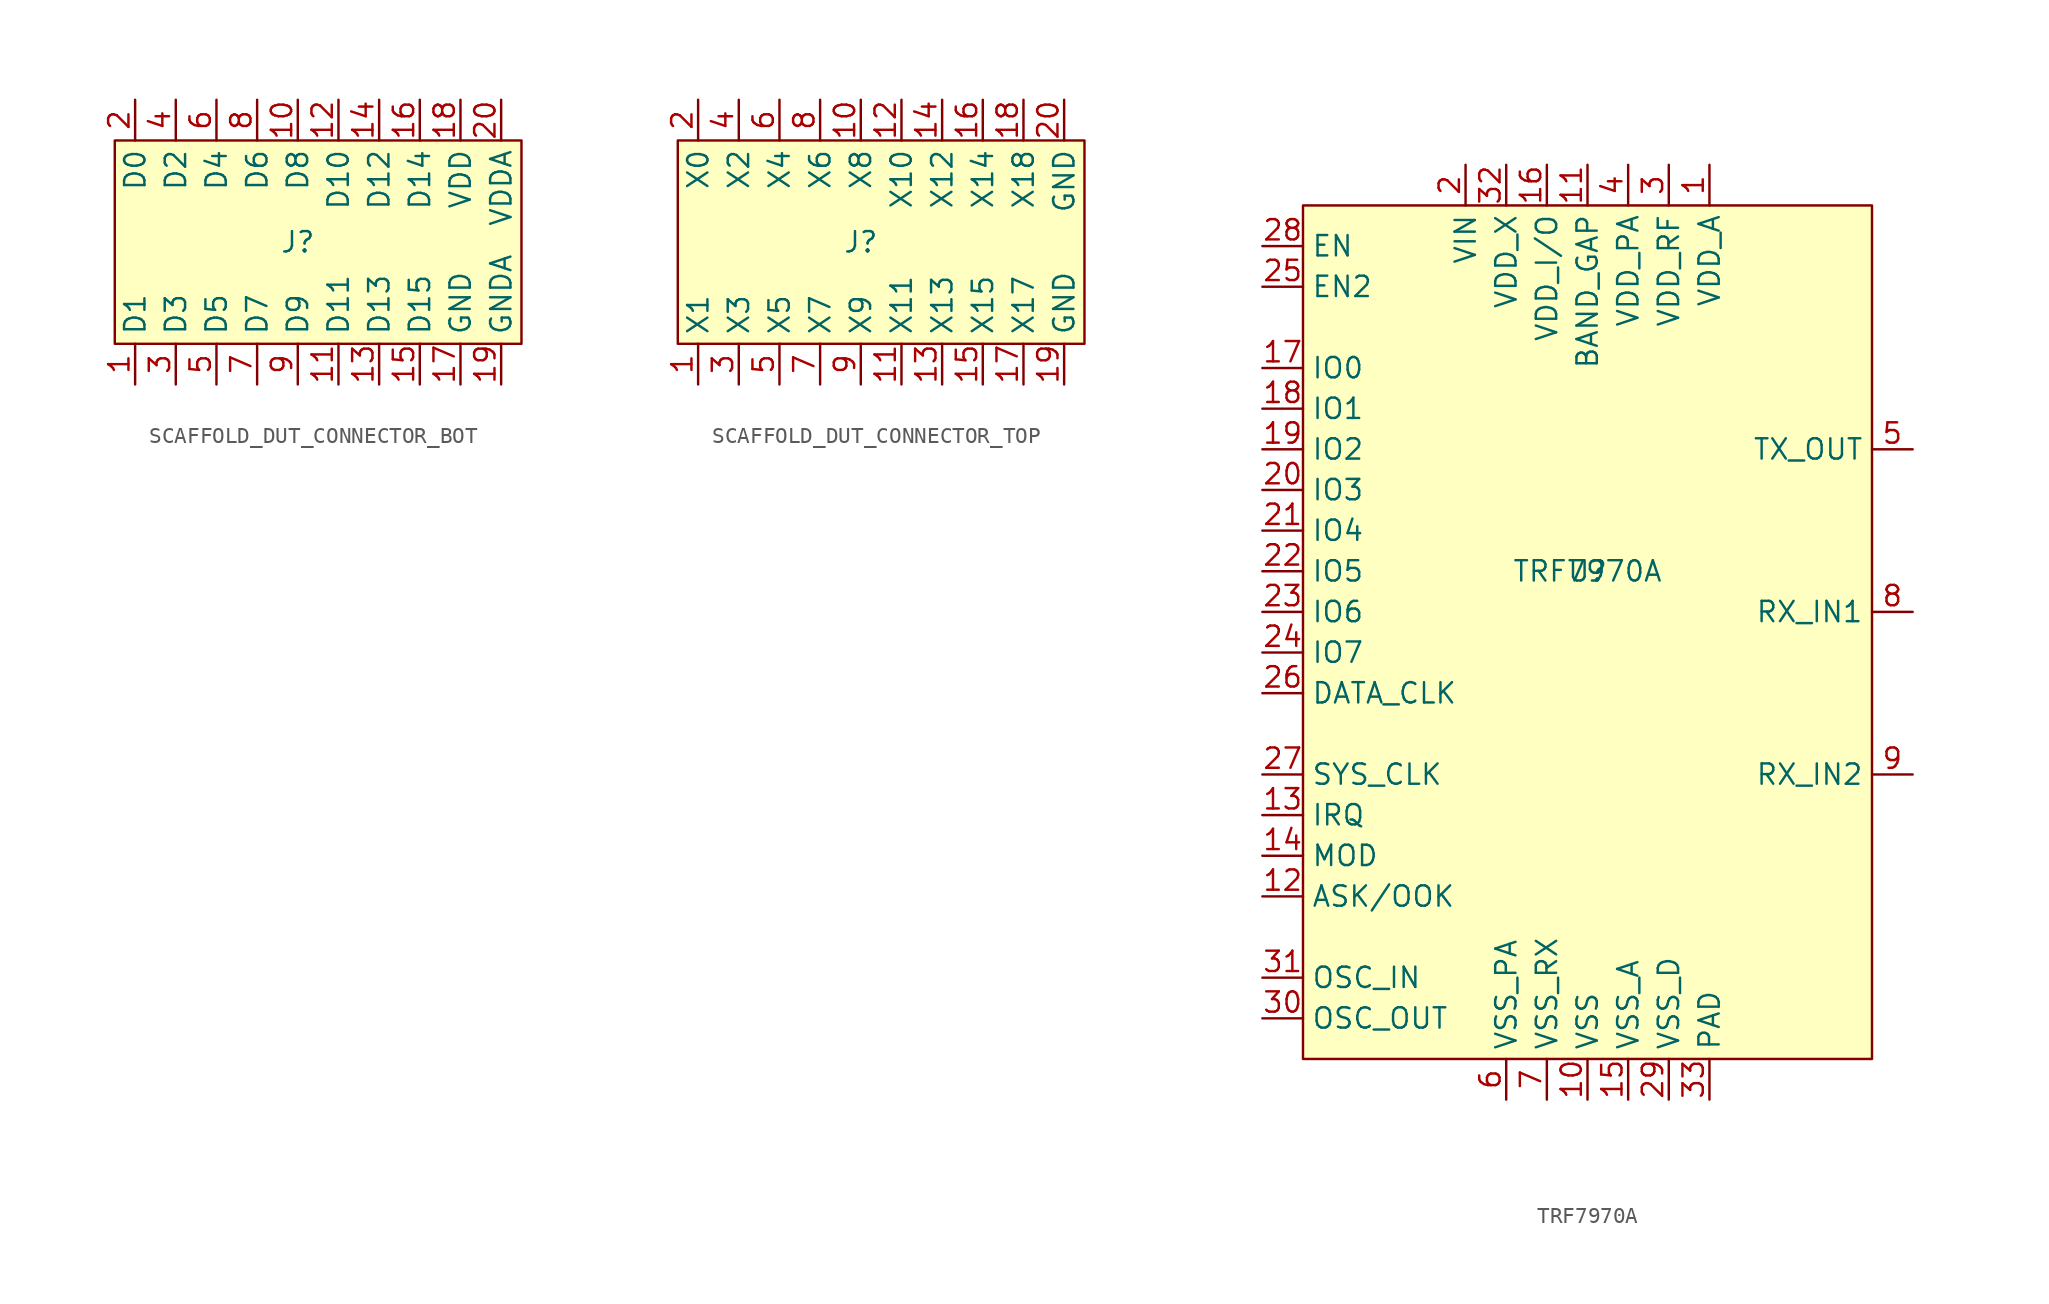
<source format=kicad_sym>
(kicad_symbol_lib
  (version 20241209)
  (generator "kicad_symbol_editor")
  (generator_version "9.99")
  (symbol "SCAFFOLD_DUT_CONNECTOR_BOT"
    (property "Reference" "J"
      (at 0 0 0)
      (effects (font (size 1.27 1.27))))
    (property "Value" ""
      (at 0 0 0)
      (effects (font (size 1.27 1.27))))
    (symbol "SCAFFOLD_DUT_CONNECTOR_BOT_1_1"
      (rectangle (start -11.43 6.35) (end 13.97 -6.35) (stroke (width 0) (type solid)) (fill (type background)))
      (pin bidirectional line (at -10.16 8.89 270) (length 2.54) (name "D0" (effects (font (size 1.27 1.27)))) (number "2" (effects (font (size 1.27 1.27)))))
      (pin bidirectional line (at -10.16 -8.89 90) (length 2.54) (name "D1" (effects (font (size 1.27 1.27)))) (number "1" (effects (font (size 1.27 1.27)))))
      (pin bidirectional line (at -7.62 8.89 270) (length 2.54) (name "D2" (effects (font (size 1.27 1.27)))) (number "4" (effects (font (size 1.27 1.27)))))
      (pin bidirectional line (at -7.62 -8.89 90) (length 2.54) (name "D3" (effects (font (size 1.27 1.27)))) (number "3" (effects (font (size 1.27 1.27)))))
      (pin bidirectional line (at -5.08 8.89 270) (length 2.54) (name "D4" (effects (font (size 1.27 1.27)))) (number "6" (effects (font (size 1.27 1.27)))))
      (pin bidirectional line (at -5.08 -8.89 90) (length 2.54) (name "D5" (effects (font (size 1.27 1.27)))) (number "5" (effects (font (size 1.27 1.27)))))
      (pin bidirectional line (at -2.54 8.89 270) (length 2.54) (name "D6" (effects (font (size 1.27 1.27)))) (number "8" (effects (font (size 1.27 1.27)))))
      (pin bidirectional line (at -2.54 -8.89 90) (length 2.54) (name "D7" (effects (font (size 1.27 1.27)))) (number "7" (effects (font (size 1.27 1.27)))))
      (pin bidirectional line (at 0 8.89 270) (length 2.54) (name "D8" (effects (font (size 1.27 1.27)))) (number "10" (effects (font (size 1.27 1.27)))))
      (pin bidirectional line (at 0 -8.89 90) (length 2.54) (name "D9" (effects (font (size 1.27 1.27)))) (number "9" (effects (font (size 1.27 1.27)))))
      (pin bidirectional line (at 2.54 8.89 270) (length 2.54) (name "D10" (effects (font (size 1.27 1.27)))) (number "12" (effects (font (size 1.27 1.27)))))
      (pin bidirectional line (at 2.54 -8.89 90) (length 2.54) (name "D11" (effects (font (size 1.27 1.27)))) (number "11" (effects (font (size 1.27 1.27)))))
      (pin bidirectional line (at 5.08 8.89 270) (length 2.54) (name "D12" (effects (font (size 1.27 1.27)))) (number "14" (effects (font (size 1.27 1.27)))))
      (pin bidirectional line (at 5.08 -8.89 90) (length 2.54) (name "D13" (effects (font (size 1.27 1.27)))) (number "13" (effects (font (size 1.27 1.27)))))
      (pin bidirectional line (at 7.62 8.89 270) (length 2.54) (name "D14" (effects (font (size 1.27 1.27)))) (number "16" (effects (font (size 1.27 1.27)))))
      (pin bidirectional line (at 7.62 -8.89 90) (length 2.54) (name "D15" (effects (font (size 1.27 1.27)))) (number "15" (effects (font (size 1.27 1.27)))))
      (pin power_out line (at 10.16 8.89 270) (length 2.54) (name "VDD" (effects (font (size 1.27 1.27)))) (number "18" (effects (font (size 1.27 1.27)))))
      (pin power_out line (at 10.16 -8.89 90) (length 2.54) (name "GND" (effects (font (size 1.27 1.27)))) (number "17" (effects (font (size 1.27 1.27)))))
      (pin power_out line (at 12.7 8.89 270) (length 2.54) (name "VDDA" (effects (font (size 1.27 1.27)))) (number "20" (effects (font (size 1.27 1.27)))))
      (pin power_out line (at 12.7 -8.89 90) (length 2.54) (name "GNDA" (effects (font (size 1.27 1.27)))) (number "19" (effects (font (size 1.27 1.27)))))))
  (symbol "SCAFFOLD_DUT_CONNECTOR_TOP"
    (property "Reference" "J"
      (at 0 0 0)
      (effects (font (size 1.27 1.27))))
    (property "Value" ""
      (at 0 0 0)
      (effects (font (size 1.27 1.27))))
    (symbol "SCAFFOLD_DUT_CONNECTOR_TOP_1_1"
      (rectangle (start -11.43 6.35) (end 13.97 -6.35) (stroke (width 0) (type solid)) (fill (type background)))
      (pin passive line (at -10.16 8.89 270) (length 2.54) (name "X0" (effects (font (size 1.27 1.27)))) (number "2" (effects (font (size 1.27 1.27)))))
      (pin passive line (at -10.16 -8.89 90) (length 2.54) (name "X1" (effects (font (size 1.27 1.27)))) (number "1" (effects (font (size 1.27 1.27)))))
      (pin passive line (at -7.62 8.89 270) (length 2.54) (name "X2" (effects (font (size 1.27 1.27)))) (number "4" (effects (font (size 1.27 1.27)))))
      (pin passive line (at -7.62 -8.89 90) (length 2.54) (name "X3" (effects (font (size 1.27 1.27)))) (number "3" (effects (font (size 1.27 1.27)))))
      (pin passive line (at -5.08 8.89 270) (length 2.54) (name "X4" (effects (font (size 1.27 1.27)))) (number "6" (effects (font (size 1.27 1.27)))))
      (pin passive line (at -5.08 -8.89 90) (length 2.54) (name "X5" (effects (font (size 1.27 1.27)))) (number "5" (effects (font (size 1.27 1.27)))))
      (pin passive line (at -2.54 8.89 270) (length 2.54) (name "X6" (effects (font (size 1.27 1.27)))) (number "8" (effects (font (size 1.27 1.27)))))
      (pin passive line (at -2.54 -8.89 90) (length 2.54) (name "X7" (effects (font (size 1.27 1.27)))) (number "7" (effects (font (size 1.27 1.27)))))
      (pin passive line (at 0 8.89 270) (length 2.54) (name "X8" (effects (font (size 1.27 1.27)))) (number "10" (effects (font (size 1.27 1.27)))))
      (pin passive line (at 0 -8.89 90) (length 2.54) (name "X9" (effects (font (size 1.27 1.27)))) (number "9" (effects (font (size 1.27 1.27)))))
      (pin passive line (at 2.54 8.89 270) (length 2.54) (name "X10" (effects (font (size 1.27 1.27)))) (number "12" (effects (font (size 1.27 1.27)))))
      (pin passive line (at 2.54 -8.89 90) (length 2.54) (name "X11" (effects (font (size 1.27 1.27)))) (number "11" (effects (font (size 1.27 1.27)))))
      (pin passive line (at 5.08 8.89 270) (length 2.54) (name "X12" (effects (font (size 1.27 1.27)))) (number "14" (effects (font (size 1.27 1.27)))))
      (pin passive line (at 5.08 -8.89 90) (length 2.54) (name "X13" (effects (font (size 1.27 1.27)))) (number "13" (effects (font (size 1.27 1.27)))))
      (pin passive line (at 7.62 8.89 270) (length 2.54) (name "X14" (effects (font (size 1.27 1.27)))) (number "16" (effects (font (size 1.27 1.27)))))
      (pin passive line (at 7.62 -8.89 90) (length 2.54) (name "X15" (effects (font (size 1.27 1.27)))) (number "15" (effects (font (size 1.27 1.27)))))
      (pin passive line (at 10.16 8.89 270) (length 2.54) (name "X18" (effects (font (size 1.27 1.27)))) (number "18" (effects (font (size 1.27 1.27)))))
      (pin passive line (at 10.16 -8.89 90) (length 2.54) (name "X17" (effects (font (size 1.27 1.27)))) (number "17" (effects (font (size 1.27 1.27)))))
      (pin power_out line (at 12.7 8.89 270) (length 2.54) (name "GND" (effects (font (size 1.27 1.27)))) (number "20" (effects (font (size 1.27 1.27)))))
      (pin power_out line (at 12.7 -8.89 90) (length 2.54) (name "GND" (effects (font (size 1.27 1.27)))) (number "19" (effects (font (size 1.27 1.27)))))))
  (symbol "TRF7970A"
    (property "Reference" "U"
      (at 0 2.54 0)
      (effects (font (size 1.27 1.27))))
    (property "Value" "TRF7970A"
      (at 0 2.54 0)
      (effects (font (size 1.27 1.27))))
    (symbol "TRF7970A_1_1"
      (rectangle (start -17.78 25.4) (end 17.78 -27.94) (stroke (width 0) (type solid)) (fill (type background)))
      (pin input line (at -20.32 22.86 0) (length 2.54) (name "EN" (effects (font (size 1.27 1.27)))) (number "28" (effects (font (size 1.27 1.27)))))
      (pin input line (at -20.32 20.32 0) (length 2.54) (name "EN2" (effects (font (size 1.27 1.27)))) (number "25" (effects (font (size 1.27 1.27)))))
      (pin bidirectional line (at -20.32 15.24 0) (length 2.54) (name "IO0" (effects (font (size 1.27 1.27)))) (number "17" (effects (font (size 1.27 1.27)))))
      (pin bidirectional line (at -20.32 12.7 0) (length 2.54) (name "IO1" (effects (font (size 1.27 1.27)))) (number "18" (effects (font (size 1.27 1.27)))))
      (pin bidirectional line (at -20.32 10.16 0) (length 2.54) (name "IO2" (effects (font (size 1.27 1.27)))) (number "19" (effects (font (size 1.27 1.27)))))
      (pin bidirectional line (at -20.32 7.62 0) (length 2.54) (name "IO3" (effects (font (size 1.27 1.27)))) (number "20" (effects (font (size 1.27 1.27)))))
      (pin bidirectional line (at -20.32 5.08 0) (length 2.54) (name "IO4" (effects (font (size 1.27 1.27)))) (number "21" (effects (font (size 1.27 1.27)))) (alternate "SPI_SS" input line))
      (pin bidirectional line (at -20.32 2.54 0) (length 2.54) (name "IO5" (effects (font (size 1.27 1.27)))) (number "22" (effects (font (size 1.27 1.27)))) (alternate "SERIAL_CLK_OUT" output line))
      (pin bidirectional line (at -20.32 0 0) (length 2.54) (name "IO6" (effects (font (size 1.27 1.27)))) (number "23" (effects (font (size 1.27 1.27)))) (alternate "SERIAL_DATA_OUT" output line) (alternate "SPI_MISO" output line) (alternate "SUBCARRIER" output line))
      (pin bidirectional line (at -20.32 -2.54 0) (length 2.54) (name "IO7" (effects (font (size 1.27 1.27)))) (number "24" (effects (font (size 1.27 1.27)))) (alternate "SPI_MOSI" input line))
      (pin input line (at -20.32 -5.08 0) (length 2.54) (name "DATA_CLK" (effects (font (size 1.27 1.27)))) (number "26" (effects (font (size 1.27 1.27)))))
      (pin output line (at -20.32 -10.16 0) (length 2.54) (name "SYS_CLK" (effects (font (size 1.27 1.27)))) (number "27" (effects (font (size 1.27 1.27)))))
      (pin output line (at -20.32 -12.7 0) (length 2.54) (name "IRQ" (effects (font (size 1.27 1.27)))) (number "13" (effects (font (size 1.27 1.27)))))
      (pin bidirectional line (at -20.32 -15.24 0) (length 2.54) (name "MOD" (effects (font (size 1.27 1.27)))) (number "14" (effects (font (size 1.27 1.27)))))
      (pin bidirectional line (at -20.32 -17.78 0) (length 2.54) (name "ASK/OOK" (effects (font (size 1.27 1.27)))) (number "12" (effects (font (size 1.27 1.27)))))
      (pin input line (at -20.32 -22.86 0) (length 2.54) (name "OSC_IN" (effects (font (size 1.27 1.27)))) (number "31" (effects (font (size 1.27 1.27)))))
      (pin output line (at -20.32 -25.4 0) (length 2.54) (name "OSC_OUT" (effects (font (size 1.27 1.27)))) (number "30" (effects (font (size 1.27 1.27)))))
      (pin power_in line (at -7.62 27.94 270) (length 2.54) (name "VIN" (effects (font (size 1.27 1.27)))) (number "2" (effects (font (size 1.27 1.27)))))
      (pin output line (at -5.08 27.94 270) (length 2.54) (name "VDD_X" (effects (font (size 1.27 1.27)))) (number "32" (effects (font (size 1.27 1.27)))))
      (pin power_in line (at -5.08 -30.48 90) (length 2.54) (name "VSS_PA" (effects (font (size 1.27 1.27)))) (number "6" (effects (font (size 1.27 1.27)))))
      (pin power_in line (at -2.54 27.94 270) (length 2.54) (name "VDD_I/O" (effects (font (size 1.27 1.27)))) (number "16" (effects (font (size 1.27 1.27)))))
      (pin power_in line (at -2.54 -30.48 90) (length 2.54) (name "VSS_RX" (effects (font (size 1.27 1.27)))) (number "7" (effects (font (size 1.27 1.27)))))
      (pin output line (at 0 27.94 270) (length 2.54) (name "BAND_GAP" (effects (font (size 1.27 1.27)))) (number "11" (effects (font (size 1.27 1.27)))))
      (pin power_in line (at 0 -30.48 90) (length 2.54) (name "VSS" (effects (font (size 1.27 1.27)))) (number "10" (effects (font (size 1.27 1.27)))))
      (pin input line (at 2.54 27.94 270) (length 2.54) (name "VDD_PA" (effects (font (size 1.27 1.27)))) (number "4" (effects (font (size 1.27 1.27)))))
      (pin power_in line (at 2.54 -30.48 90) (length 2.54) (name "VSS_A" (effects (font (size 1.27 1.27)))) (number "15" (effects (font (size 1.27 1.27)))))
      (pin output line (at 5.08 27.94 270) (length 2.54) (name "VDD_RF" (effects (font (size 1.27 1.27)))) (number "3" (effects (font (size 1.27 1.27)))))
      (pin power_in line (at 5.08 -30.48 90) (length 2.54) (name "VSS_D" (effects (font (size 1.27 1.27)))) (number "29" (effects (font (size 1.27 1.27)))))
      (pin output line (at 7.62 27.94 270) (length 2.54) (name "VDD_A" (effects (font (size 1.27 1.27)))) (number "1" (effects (font (size 1.27 1.27)))))
      (pin power_in line (at 7.62 -30.48 90) (length 2.54) (name "PAD" (effects (font (size 1.27 1.27)))) (number "33" (effects (font (size 1.27 1.27)))))
      (pin output line (at 20.32 10.16 180) (length 2.54) (name "TX_OUT" (effects (font (size 1.27 1.27)))) (number "5" (effects (font (size 1.27 1.27)))))
      (pin input line (at 20.32 0 180) (length 2.54) (name "RX_IN1" (effects (font (size 1.27 1.27)))) (number "8" (effects (font (size 1.27 1.27)))))
      (pin input line (at 20.32 -10.16 180) (length 2.54) (name "RX_IN2" (effects (font (size 1.27 1.27)))) (number "9" (effects (font (size 1.27 1.27))))))))
</source>
